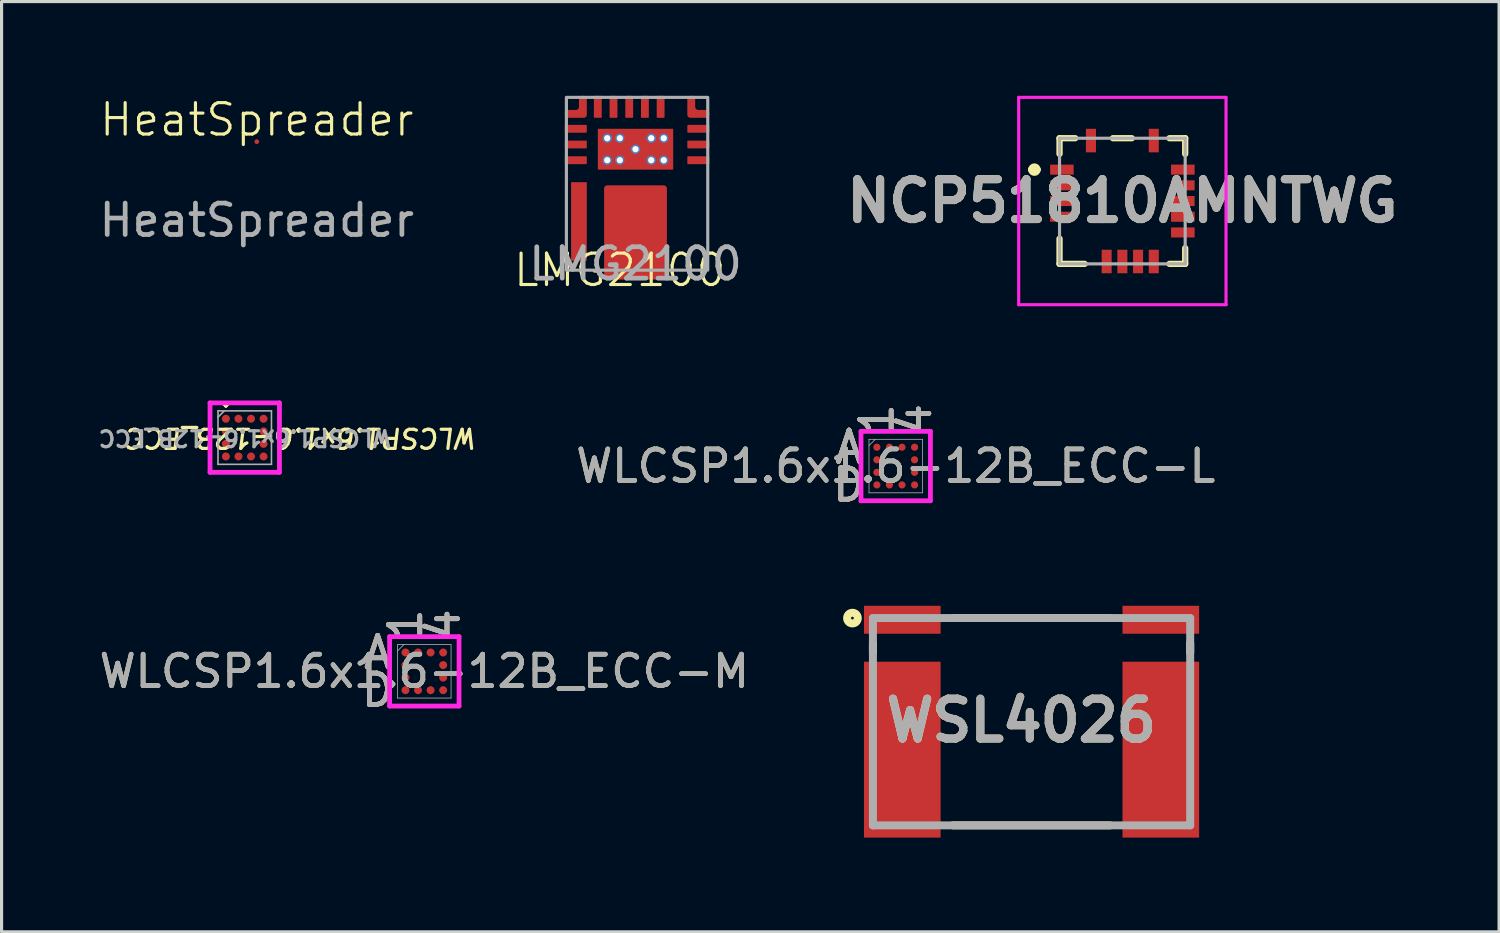
<source format=kicad_pcb>
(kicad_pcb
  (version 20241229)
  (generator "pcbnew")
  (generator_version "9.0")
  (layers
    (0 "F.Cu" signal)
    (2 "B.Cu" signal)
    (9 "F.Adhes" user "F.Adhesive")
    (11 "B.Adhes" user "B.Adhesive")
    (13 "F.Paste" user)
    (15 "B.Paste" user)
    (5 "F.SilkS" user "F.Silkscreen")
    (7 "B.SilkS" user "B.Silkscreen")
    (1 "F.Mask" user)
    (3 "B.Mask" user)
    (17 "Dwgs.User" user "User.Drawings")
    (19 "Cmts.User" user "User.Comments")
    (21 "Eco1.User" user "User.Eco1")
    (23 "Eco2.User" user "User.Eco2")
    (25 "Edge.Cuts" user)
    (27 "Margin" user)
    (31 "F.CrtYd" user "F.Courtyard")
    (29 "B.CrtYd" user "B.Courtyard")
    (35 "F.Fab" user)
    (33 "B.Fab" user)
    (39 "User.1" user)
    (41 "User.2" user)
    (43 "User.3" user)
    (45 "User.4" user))
  (footprint "LMG2100"
    (layer "F.Cu")
    (at 17.181 2.85)
    (property "Reference" "LMG2100" (at -0.5 2.7 0) (unlocked yes) (layer "F.SilkS") (effects (font (size 1 1) (thickness 0.1))))
    (attr smd)
    (fp_rect (start -2.05 -0.1) (end -1.55 2.4) (stroke (width 0) (type solid)) (fill yes) (layer "F.Cu"))
    (fp_poly (pts (xy -1.2 -1.8) (xy -1.2 -0.5) (xy 1.2 -0.5) (xy 1.2 -1.8)) (stroke (width 0) (type solid)) (fill yes) (layer "F.Cu"))
    (fp_poly (pts (arc (start -2.25 -2.249999) (mid -2.220711 -2.179289) (end -2.150001 -2.15)) (arc (start -1.65 -2.15) (mid -1.579289 -2.179289) (end -1.55 -2.25)) (arc (start -1.55 -2.750001) (mid -1.579289 -2.820711) (end -1.649999 -2.85)) (arc (start -1.700001 -2.85) (mid -1.770711 -2.820711) (end -1.8 -2.750001)) (arc (start -1.8 -2.5) (mid -1.829289 -2.429289) (end -1.9 -2.4)) (arc (start -2.150001 -2.4) (mid -2.220711 -2.370711) (end -2.25 -2.300001))) (stroke (width 0) (type solid)) (fill yes) (layer "F.Cu"))
    (fp_poly (pts (arc (start 1.749999 -2.85) (mid 1.679289 -2.820711) (end 1.65 -2.750001)) (arc (start 1.65 -2.25) (mid 1.679289 -2.179289) (end 1.75 -2.15)) (arc (start 2.250001 -2.15) (mid 2.320711 -2.179289) (end 2.35 -2.249999)) (arc (start 2.35 -2.300001) (mid 2.320711 -2.370711) (end 2.250001 -2.4)) (arc (start 2 -2.4) (mid 1.929289 -2.429289) (end 1.9 -2.5)) (arc (start 1.9 -2.750001) (mid 1.870711 -2.820711) (end 1.800001 -2.85))) (stroke (width 0) (type solid)) (fill yes) (layer "F.Cu"))
    (fp_rect (start -2.2 -2.8) (end 2.3 2.7) (stroke (width 0.1) (type default)) (fill no) (layer "F.Fab"))
    (fp_text user "${REFERENCE}" (at 0 2.5 0) (unlocked yes) (layer "F.Fab") (effects (font (size 1 1) (thickness 0.15))))
    (pad "1" smd roundrect (at -1.9 -1.8 270) (size 0.25 0.7) (layers "F.Cu" "F.Mask" "F.Paste") (roundrect_rratio 0.1))
    (pad "1" smd roundrect (at -1.9 -1.3 270) (size 0.25 0.7) (layers "F.Cu" "F.Mask" "F.Paste") (roundrect_rratio 0.1))
    (pad "1" smd roundrect (at -1.9 -0.8 270) (size 0.25 0.7) (layers "F.Cu" "F.Mask" "F.Paste") (roundrect_rratio 0.1))
    (pad "1" smd roundrect (at -1.2 -2.5 180) (size 0.25 0.7) (layers "F.Cu" "F.Mask" "F.Paste") (roundrect_rratio 0.1))
    (pad "1" smd roundrect (at -0.2 -2.5 180) (size 0.25 0.7) (layers "F.Cu" "F.Mask" "F.Paste") (roundrect_rratio 0.1))
    (pad "1" smd roundrect (at 0.3 -2.5 180) (size 0.25 0.7) (layers "F.Cu" "F.Mask" "F.Paste") (roundrect_rratio 0.1))
    (pad "1" smd roundrect (at 0.8 -2.5 180) (size 0.25 0.7) (layers "F.Cu" "F.Mask" "F.Paste") (roundrect_rratio 0.1))
    (pad "1" smd roundrect (at 2 -1.8 270) (size 0.25 0.7) (layers "F.Cu" "F.Mask" "F.Paste") (roundrect_rratio 0.1))
    (pad "1" smd roundrect (at 2 -1.3 270) (size 0.25 0.7) (layers "F.Cu" "F.Mask" "F.Paste") (roundrect_rratio 0.1))
    (pad "1" smd roundrect (at 2 -0.8 270) (size 0.25 0.7) (layers "F.Cu" "F.Mask" "F.Paste") (roundrect_rratio 0.1))
    (pad "2" smd roundrect (at -0.7 -2.5) (size 0.25 0.7) (layers "F.Cu" "F.Mask" "F.Paste") (roundrect_rratio 0.1))
    (pad "3" smd roundrect (at 0 1.5) (size 2 3) (layers "F.Cu" "F.Mask" "F.Paste") (roundrect_rratio 0.05))
    (pad "4" thru_hole circle (at -0.9 -1.5 270) (size 0.3 0.3) (drill 0.2) (layers "*.Cu" "*.Mask"))
    (pad "4" thru_hole circle (at -0.9 -0.8 270) (size 0.3 0.3) (drill 0.2) (layers "*.Cu" "*.Mask"))
    (pad "4" thru_hole circle (at -0.5 -1.5 270) (size 0.3 0.3) (drill 0.2) (layers "*.Cu" "*.Mask"))
    (pad "4" thru_hole circle (at -0.5 -0.8 270) (size 0.3 0.3) (drill 0.2) (layers "*.Cu" "*.Mask"))
    (pad "4" thru_hole circle (at 0 -1.15 270) (size 0.3 0.3) (drill 0.2) (layers "*.Cu" "*.Mask"))
    (pad "4" thru_hole circle (at 0.5 -1.5 270) (size 0.3 0.3) (drill 0.2) (layers "*.Cu" "*.Mask"))
    (pad "4" thru_hole circle (at 0.5 -0.8 270) (size 0.3 0.3) (drill 0.2) (layers "*.Cu" "*.Mask"))
    (pad "4" thru_hole circle (at 0.9 -1.5 270) (size 0.3 0.3) (drill 0.2) (layers "*.Cu" "*.Mask"))
    (pad "4" thru_hole circle (at 0.9 -0.8 270) (size 0.3 0.3) (drill 0.2) (layers "*.Cu" "*.Mask")))
  (footprint "WSL4026"
    (layer "F.Cu")
    (at 29.789 19.925)
    (property "Reference" "WSL4026" (at -0.329 -0.038 0) (layer "F.SilkS") (effects (font (size 1.27 1.27) (thickness 0.254))))
    (attr smd)
    (fp_line (start -5.05 -2.5) (end -5.05 -2.2) (stroke (width 0.254) (type solid)) (layer "F.SilkS"))
    (fp_line (start -2.5 -3.3) (end 2.5 -3.3) (stroke (width 0.254) (type solid)) (layer "F.SilkS"))
    (fp_line (start -2.5 3.3) (end 2.5 3.3) (stroke (width 0.254) (type solid)) (layer "F.SilkS"))
    (fp_line (start 5.05 -2.5) (end 5.05 -2.2) (stroke (width 0.254) (type solid)) (layer "F.SilkS"))
    (fp_circle (center -5.702 -3.298) (end -5.702 -3.255) (stroke (width 0.254) (type solid)) (fill no) (layer "F.SilkS"))
    (fp_line (start -5.05 -3.3) (end 5.05 -3.3) (stroke (width 0.254) (type solid)) (layer "F.Fab"))
    (fp_line (start -5.05 3.3) (end -5.05 -3.3) (stroke (width 0.254) (type solid)) (layer "F.Fab"))
    (fp_line (start 5.05 -3.3) (end 5.05 3.3) (stroke (width 0.254) (type solid)) (layer "F.Fab"))
    (fp_line (start 5.05 3.3) (end -5.05 3.3) (stroke (width 0.254) (type solid)) (layer "F.Fab"))
    (fp_text user "${REFERENCE}" (at -0.329 -0.038 0) (layer "F.Fab") (effects (font (size 1.27 1.27) (thickness 0.254))))
    (pad "1" smd rect (at -4.115 -3.245 90) (size 0.89 2.44) (layers "F.Cu" "F.Mask" "F.Paste"))
    (pad "2" smd rect (at -4.115 0.89) (size 2.44 5.6) (layers "F.Cu" "F.Mask" "F.Paste"))
    (pad "3" smd rect (at 4.115 -3.245 90) (size 0.89 2.44) (layers "F.Cu" "F.Mask" "F.Paste"))
    (pad "4" smd rect (at 4.115 0.89) (size 2.44 5.6) (layers "F.Cu" "F.Mask" "F.Paste")))
  (footprint "NCP51810AMNTWG"
    (layer "F.Cu")
    (at 32.68 3.35)
    (property "Reference" "NCP51810AMNTWG" (at 0 0 0) (layer "F.SilkS") (effects (font (size 1.27 1.27) (thickness 0.254))))
    (attr smd)
    (fp_line (start -2.9 -1) (end -2.9 -1) (stroke (width 0.2) (type solid)) (layer "F.SilkS"))
    (fp_line (start -2.7 -1) (end -2.7 -1) (stroke (width 0.2) (type solid)) (layer "F.SilkS"))
    (fp_line (start -2 -2) (end -2 -1.5) (stroke (width 0.2) (type solid)) (layer "F.SilkS"))
    (fp_line (start -2 1.2) (end -2 2) (stroke (width 0.2) (type solid)) (layer "F.SilkS"))
    (fp_line (start -2 2) (end -1.2 2) (stroke (width 0.2) (type solid)) (layer "F.SilkS"))
    (fp_line (start -1.5 -2) (end -2 -2) (stroke (width 0.2) (type solid)) (layer "F.SilkS"))
    (fp_line (start -0.3 -2) (end 0.3 -2) (stroke (width 0.2) (type solid)) (layer "F.SilkS"))
    (fp_line (start 1.5 2) (end 2 2) (stroke (width 0.2) (type solid)) (layer "F.SilkS"))
    (fp_line (start 2 -2) (end 1.5 -2) (stroke (width 0.2) (type solid)) (layer "F.SilkS"))
    (fp_line (start 2 -1.5) (end 2 -2) (stroke (width 0.2) (type solid)) (layer "F.SilkS"))
    (fp_line (start 2 2) (end 2 1.5) (stroke (width 0.2) (type solid)) (layer "F.SilkS"))
    (fp_arc (start -2.9 -1) (mid -2.8 -1.1) (end -2.7 -1) (stroke (width 0.2) (type solid)) (layer "F.SilkS"))
    (fp_arc (start -2.7 -1) (mid -2.8 -0.9) (end -2.9 -1) (stroke (width 0.2) (type solid)) (layer "F.SilkS"))
    (fp_line (start -3.3 -3.3) (end 3.3 -3.3) (stroke (width 0.1) (type solid)) (layer "F.CrtYd"))
    (fp_line (start -3.3 3.3) (end -3.3 -3.3) (stroke (width 0.1) (type solid)) (layer "F.CrtYd"))
    (fp_line (start 3.3 -3.3) (end 3.3 3.3) (stroke (width 0.1) (type solid)) (layer "F.CrtYd"))
    (fp_line (start 3.3 3.3) (end -3.3 3.3) (stroke (width 0.1) (type solid)) (layer "F.CrtYd"))
    (fp_line (start -2 -2) (end 2 -2) (stroke (width 0.1) (type solid)) (layer "F.Fab"))
    (fp_line (start -2 2) (end -2 -2) (stroke (width 0.1) (type solid)) (layer "F.Fab"))
    (fp_line (start 2 -2) (end 2 2) (stroke (width 0.1) (type solid)) (layer "F.Fab"))
    (fp_line (start 2 2) (end -2 2) (stroke (width 0.1) (type solid)) (layer "F.Fab"))
    (fp_text user "${REFERENCE}" (at 0 0 0) (layer "F.Fab") (effects (font (size 1.27 1.27) (thickness 0.254))))
    (pad "1" smd rect (at -1.925 -1 90) (size 0.32 0.75) (layers "F.Cu" "F.Mask" "F.Paste"))
    (pad "2" smd rect (at -1.925 -0.5 90) (size 0.32 0.75) (layers "F.Cu" "F.Mask" "F.Paste"))
    (pad "3" smd rect (at -1.925 0 90) (size 0.32 0.75) (layers "F.Cu" "F.Mask" "F.Paste"))
    (pad "4" smd rect (at -1.925 0.5 90) (size 0.32 0.75) (layers "F.Cu" "F.Mask" "F.Paste"))
    (pad "5" smd rect (at -0.5 1.925) (size 0.32 0.75) (layers "F.Cu" "F.Mask" "F.Paste"))
    (pad "6" smd rect (at 0 1.925) (size 0.32 0.75) (layers "F.Cu" "F.Mask" "F.Paste"))
    (pad "7" smd rect (at 0.5 1.925) (size 0.32 0.75) (layers "F.Cu" "F.Mask" "F.Paste"))
    (pad "8" smd rect (at 1 1.925) (size 0.32 0.75) (layers "F.Cu" "F.Mask" "F.Paste"))
    (pad "9" smd rect (at 1.925 1 90) (size 0.32 0.75) (layers "F.Cu" "F.Mask" "F.Paste"))
    (pad "10" smd rect (at 1.925 0.5 90) (size 0.32 0.75) (layers "F.Cu" "F.Mask" "F.Paste"))
    (pad "11" smd rect (at 1.925 0 90) (size 0.32 0.75) (layers "F.Cu" "F.Mask" "F.Paste"))
    (pad "12" smd rect (at 1.925 -0.5 90) (size 0.32 0.75) (layers "F.Cu" "F.Mask" "F.Paste"))
    (pad "13" smd rect (at 1.925 -1 90) (size 0.32 0.75) (layers "F.Cu" "F.Mask" "F.Paste"))
    (pad "14" smd rect (at 1 -1.925) (size 0.32 0.75) (layers "F.Cu" "F.Mask" "F.Paste"))
    (pad "15" smd rect (at -1 -1.925) (size 0.32 0.75) (layers "F.Cu" "F.Mask" "F.Paste")))
  (footprint "WLCSP1.6x1.6-12B_ECC-L"
    (layer "F.Cu")
    (at 25.465 11.787)
    (property "Reference" "WLCSP1.6x1.6-12B_ECC-L" (at 0 0 0) (unlocked yes) (layer "F.SilkS") (effects (font (size 1 1) (thickness 0.15))))
    (attr smd)
    (fp_poly (pts (xy -1.244 -1.244) (xy 1.244 -1.244) (xy 1.244 1.244) (xy -1.244 1.244)) (stroke (width 0.1) (type solid)) (fill no) (layer "Eco2.User"))
    (fp_line (start -1.105 -1.105) (end 1.105 -1.105) (stroke (width 0.152) (type solid)) (layer "F.CrtYd"))
    (fp_line (start -1.105 1.105) (end -1.105 -1.105) (stroke (width 0.152) (type solid)) (layer "F.CrtYd"))
    (fp_line (start 1.105 -1.105) (end 1.105 1.105) (stroke (width 0.152) (type solid)) (layer "F.CrtYd"))
    (fp_line (start 1.105 1.105) (end -1.105 1.105) (stroke (width 0.152) (type solid)) (layer "F.CrtYd"))
    (fp_line (start -0.851 -0.851) (end -0.851 0.851) (stroke (width 0.025) (type solid)) (layer "F.Fab"))
    (fp_line (start -0.851 0.851) (end 0.851 0.851) (stroke (width 0.025) (type solid)) (layer "F.Fab"))
    (fp_line (start -0.651 -0.851) (end -0.851 -0.651) (stroke (width 0.025) (type solid)) (layer "F.Fab"))
    (fp_line (start 0.851 -0.851) (end -0.851 -0.851) (stroke (width 0.025) (type solid)) (layer "F.Fab"))
    (fp_line (start 0.851 0.851) (end 0.851 -0.851) (stroke (width 0.025) (type solid)) (layer "F.Fab"))
    (fp_text user "D" (at -1.486 0.6 0) (unlocked yes) (layer "F.SilkS") (effects (font (size 1 1) (thickness 0.15))))
    (fp_text user "4" (at 0.6 -1.486 90) (unlocked yes) (layer "F.SilkS") (effects (font (size 1 1) (thickness 0.15))))
    (fp_text user "A" (at -1.486 -0.6 0) (unlocked yes) (layer "F.SilkS") (effects (font (size 1 1) (thickness 0.15))))
    (fp_text user "1" (at -0.6 -1.486 90) (unlocked yes) (layer "F.SilkS") (effects (font (size 1 1) (thickness 0.15))))
    (fp_text user "4" (at 0.6 -1.486 90) (unlocked yes) (layer "B.SilkS") (effects (font (size 1 1) (thickness 0.15))))
    (fp_text user "D" (at -1.486 0.6 0) (unlocked yes) (layer "B.SilkS") (effects (font (size 1 1) (thickness 0.15))))
    (fp_text user "A" (at -1.486 -0.6 0) (unlocked yes) (layer "B.SilkS") (effects (font (size 1 1) (thickness 0.15))))
    (fp_text user "1" (at -0.6 -1.486 90) (unlocked yes) (layer "B.SilkS") (effects (font (size 1 1) (thickness 0.15))))
    (fp_text user "${REFERENCE}" (at 0 0 0) (unlocked yes) (layer "F.Fab") (effects (font (size 1 1) (thickness 0.15))))
    (fp_text user "A" (at -1.486 -0.6 0) (unlocked yes) (layer "F.Fab") (effects (font (size 1 1) (thickness 0.15))))
    (fp_text user "4" (at 0.6 -1.486 90) (unlocked yes) (layer "F.Fab") (effects (font (size 1 1) (thickness 0.15))))
    (fp_text user "D" (at -1.486 0.6 0) (unlocked yes) (layer "F.Fab") (effects (font (size 1 1) (thickness 0.15))))
    (fp_text user "1" (at -0.6 -1.486 90) (unlocked yes) (layer "F.Fab") (effects (font (size 1 1) (thickness 0.15))))
    (pad "A1" smd circle (at -0.6 -0.6) (size 0.229 0.229) (layers "F.Cu" "F.Mask" "F.Paste"))
    (pad "A2" smd circle (at -0.2 -0.6) (size 0.229 0.229) (layers "F.Cu" "F.Mask" "F.Paste"))
    (pad "A3" smd circle (at 0.2 -0.6) (size 0.229 0.229) (layers "F.Cu" "F.Mask" "F.Paste"))
    (pad "A4" smd circle (at 0.6 -0.6) (size 0.229 0.229) (layers "F.Cu" "F.Mask" "F.Paste"))
    (pad "B1" smd circle (at -0.6 -0.2) (size 0.229 0.229) (layers "F.Cu" "F.Mask" "F.Paste"))
    (pad "B4" smd circle (at 0.6 -0.2) (size 0.229 0.229) (layers "F.Cu" "F.Mask" "F.Paste"))
    (pad "C1" smd circle (at -0.6 0.2) (size 0.229 0.229) (layers "F.Cu" "F.Mask" "F.Paste"))
    (pad "C4" smd circle (at 0.6 0.2) (size 0.229 0.229) (layers "F.Cu" "F.Mask" "F.Paste"))
    (pad "D1" smd circle (at -0.6 0.6) (size 0.229 0.229) (layers "F.Cu" "F.Mask" "F.Paste"))
    (pad "D2" smd circle (at -0.2 0.6) (size 0.229 0.229) (layers "F.Cu" "F.Mask" "F.Paste"))
    (pad "D3" smd circle (at 0.2 0.6) (size 0.229 0.229) (layers "F.Cu" "F.Mask" "F.Paste"))
    (pad "D4" smd circle (at 0.6 0.6) (size 0.229 0.229) (layers "F.Cu" "F.Mask" "F.Paste")))
  (footprint "HeatSpreader"
    (layer "F.Cu")
    (at 5.125 1.46)
    (property "Reference" "HeatSpreader" (at 0 -0.7 0) (unlocked yes) (layer "F.SilkS") (effects (font (size 1 1) (thickness 0.1))))
    (fp_text user "${REFERENCE}" (at 0 2.5 0) (unlocked yes) (layer "F.Fab") (effects (font (size 1 1) (thickness 0.15))))
    (pad "1" smd circle (at 0 0) (size 0.15 0.15) (layers "F.Cu" "F.Mask" "F.Paste")))
  (footprint "WLCSP1.6x1.6-12B_ECC-M"
    (layer "F.Cu")
    (at 10.458 18.322)
    (property "Reference" "WLCSP1.6x1.6-12B_ECC-M" (at 0 0 0) (unlocked yes) (layer "F.SilkS") (effects (font (size 1 1) (thickness 0.15))))
    (attr smd)
    (fp_poly (pts (xy -1.244 -1.244) (xy 1.244 -1.244) (xy 1.244 1.244) (xy -1.244 1.244)) (stroke (width 0.1) (type solid)) (fill no) (layer "Eco2.User"))
    (fp_line (start -1.105 -1.105) (end 1.105 -1.105) (stroke (width 0.152) (type solid)) (layer "F.CrtYd"))
    (fp_line (start -1.105 1.105) (end -1.105 -1.105) (stroke (width 0.152) (type solid)) (layer "F.CrtYd"))
    (fp_line (start 1.105 -1.105) (end 1.105 1.105) (stroke (width 0.152) (type solid)) (layer "F.CrtYd"))
    (fp_line (start 1.105 1.105) (end -1.105 1.105) (stroke (width 0.152) (type solid)) (layer "F.CrtYd"))
    (fp_line (start -0.851 -0.851) (end -0.851 0.851) (stroke (width 0.025) (type solid)) (layer "F.Fab"))
    (fp_line (start -0.851 0.851) (end 0.851 0.851) (stroke (width 0.025) (type solid)) (layer "F.Fab"))
    (fp_line (start -0.651 -0.851) (end -0.851 -0.651) (stroke (width 0.025) (type solid)) (layer "F.Fab"))
    (fp_line (start 0.851 -0.851) (end -0.851 -0.851) (stroke (width 0.025) (type solid)) (layer "F.Fab"))
    (fp_line (start 0.851 0.851) (end 0.851 -0.851) (stroke (width 0.025) (type solid)) (layer "F.Fab"))
    (fp_text user "A" (at -1.486 -0.6 0) (unlocked yes) (layer "F.SilkS") (effects (font (size 1 1) (thickness 0.15))))
    (fp_text user "4" (at 0.6 -1.486 90) (unlocked yes) (layer "F.SilkS") (effects (font (size 1 1) (thickness 0.15))))
    (fp_text user "1" (at -0.6 -1.486 90) (unlocked yes) (layer "F.SilkS") (effects (font (size 1 1) (thickness 0.15))))
    (fp_text user "D" (at -1.486 0.6 0) (unlocked yes) (layer "F.SilkS") (effects (font (size 1 1) (thickness 0.15))))
    (fp_text user "1" (at -0.6 -1.486 90) (unlocked yes) (layer "B.SilkS") (effects (font (size 1 1) (thickness 0.15))))
    (fp_text user "D" (at -1.486 0.6 0) (unlocked yes) (layer "B.SilkS") (effects (font (size 1 1) (thickness 0.15))))
    (fp_text user "4" (at 0.6 -1.486 90) (unlocked yes) (layer "B.SilkS") (effects (font (size 1 1) (thickness 0.15))))
    (fp_text user "A" (at -1.486 -0.6 0) (unlocked yes) (layer "B.SilkS") (effects (font (size 1 1) (thickness 0.15))))
    (fp_text user "${REFERENCE}" (at 0 0 0) (unlocked yes) (layer "F.Fab") (effects (font (size 1 1) (thickness 0.15))))
    (fp_text user "A" (at -1.486 -0.6 0) (unlocked yes) (layer "F.Fab") (effects (font (size 1 1) (thickness 0.15))))
    (fp_text user "4" (at 0.6 -1.486 90) (unlocked yes) (layer "F.Fab") (effects (font (size 1 1) (thickness 0.15))))
    (fp_text user "D" (at -1.486 0.6 0) (unlocked yes) (layer "F.Fab") (effects (font (size 1 1) (thickness 0.15))))
    (fp_text user "1" (at -0.6 -1.486 90) (unlocked yes) (layer "F.Fab") (effects (font (size 1 1) (thickness 0.15))))
    (pad "A1" smd circle (at -0.6 -0.6) (size 0.254 0.254) (layers "F.Cu" "F.Mask" "F.Paste"))
    (pad "A2" smd circle (at -0.2 -0.6) (size 0.254 0.254) (layers "F.Cu" "F.Mask" "F.Paste"))
    (pad "A3" smd circle (at 0.2 -0.6) (size 0.254 0.254) (layers "F.Cu" "F.Mask" "F.Paste"))
    (pad "A4" smd circle (at 0.6 -0.6) (size 0.254 0.254) (layers "F.Cu" "F.Mask" "F.Paste"))
    (pad "B1" smd circle (at -0.6 -0.2) (size 0.254 0.254) (layers "F.Cu" "F.Mask" "F.Paste"))
    (pad "B4" smd circle (at 0.6 -0.2) (size 0.254 0.254) (layers "F.Cu" "F.Mask" "F.Paste"))
    (pad "C1" smd circle (at -0.6 0.2) (size 0.254 0.254) (layers "F.Cu" "F.Mask" "F.Paste"))
    (pad "C4" smd circle (at 0.6 0.2) (size 0.254 0.254) (layers "F.Cu" "F.Mask" "F.Paste"))
    (pad "D1" smd circle (at -0.6 0.6) (size 0.254 0.254) (layers "F.Cu" "F.Mask" "F.Paste"))
    (pad "D2" smd circle (at -0.2 0.6) (size 0.254 0.254) (layers "F.Cu" "F.Mask" "F.Paste"))
    (pad "D3" smd circle (at 0.2 0.6) (size 0.254 0.254) (layers "F.Cu" "F.Mask" "F.Paste"))
    (pad "D4" smd circle (at 0.6 0.6) (size 0.254 0.254) (layers "F.Cu" "F.Mask" "F.Paste")))
  (footprint "WLCSP1.6x1.6-12B_ECC"
    (layer "F.Cu")
    (at 4.741 10.881)
    (property "Reference" "WLCSP1.6x1.6-12B_ECC" (at 1.805 0.011 180) (unlocked yes) (layer "F.SilkS") (effects (font (size 0.61 0.61) (thickness 0.102) (italic yes))))
    (attr smd)
    (fp_line (start -0.7 -1.1) (end -0.6 -1.1) (stroke (width 0.1) (type default)) (layer "F.SilkS"))
    (fp_line (start -0.6 -1.1) (end -0.5 -1.1) (stroke (width 0.1) (type default)) (layer "F.SilkS"))
    (fp_line (start -0.6 -1) (end -0.7 -1.1) (stroke (width 0.1) (type default)) (layer "F.SilkS"))
    (fp_line (start -0.5 -1.1) (end -0.6 -1) (stroke (width 0.1) (type default)) (layer "F.SilkS"))
    (fp_line (start -1.105 -1.105) (end 1.105 -1.105) (stroke (width 0.152) (type solid)) (layer "F.CrtYd"))
    (fp_line (start -1.105 1.105) (end -1.105 -1.105) (stroke (width 0.152) (type solid)) (layer "F.CrtYd"))
    (fp_line (start 1.105 -1.105) (end 1.105 1.105) (stroke (width 0.152) (type solid)) (layer "F.CrtYd"))
    (fp_line (start 1.105 1.105) (end -1.105 1.105) (stroke (width 0.152) (type solid)) (layer "F.CrtYd"))
    (fp_line (start -0.851 -0.851) (end -0.851 0.851) (stroke (width 0.051) (type solid)) (layer "F.Fab"))
    (fp_line (start -0.851 0.851) (end 0.851 0.851) (stroke (width 0.051) (type solid)) (layer "F.Fab"))
    (fp_line (start -0.651 -0.851) (end -0.851 -0.651) (stroke (width 0.051) (type solid)) (layer "F.Fab"))
    (fp_line (start 0.851 -0.851) (end -0.851 -0.851) (stroke (width 0.051) (type solid)) (layer "F.Fab"))
    (fp_line (start 0.851 0.851) (end 0.851 -0.851) (stroke (width 0.051) (type solid)) (layer "F.Fab"))
    (fp_text user "${REFERENCE}" (at 0.005 0.011 180) (unlocked yes) (layer "F.Fab") (effects (font (size 0.508 0.508) (thickness 0.102))))
    (pad "A1" smd circle (at -0.6 -0.6) (size 0.254 0.254) (layers "F.Cu" "F.Mask" "F.Paste"))
    (pad "A2" smd circle (at -0.2 -0.6) (size 0.254 0.254) (layers "F.Cu" "F.Mask" "F.Paste"))
    (pad "A3" smd circle (at 0.2 -0.6) (size 0.254 0.254) (layers "F.Cu" "F.Mask" "F.Paste"))
    (pad "A4" smd circle (at 0.6 -0.6) (size 0.254 0.254) (layers "F.Cu" "F.Mask" "F.Paste"))
    (pad "B1" smd circle (at -0.6 -0.2) (size 0.254 0.254) (layers "F.Cu" "F.Mask" "F.Paste"))
    (pad "B4" smd circle (at 0.6 -0.2) (size 0.254 0.254) (layers "F.Cu" "F.Mask" "F.Paste"))
    (pad "C1" smd circle (at -0.6 0.2) (size 0.254 0.254) (layers "F.Cu" "F.Mask" "F.Paste"))
    (pad "C4" smd circle (at 0.6 0.2) (size 0.254 0.254) (layers "F.Cu" "F.Mask" "F.Paste"))
    (pad "D1" smd circle (at -0.6 0.6) (size 0.254 0.254) (layers "F.Cu" "F.Mask" "F.Paste"))
    (pad "D2" smd circle (at -0.2 0.6) (size 0.254 0.254) (layers "F.Cu" "F.Mask" "F.Paste"))
    (pad "D3" smd circle (at 0.2 0.6) (size 0.254 0.254) (layers "F.Cu" "F.Mask" "F.Paste"))
    (pad "D4" smd circle (at 0.6 0.6) (size 0.254 0.254) (layers "F.Cu" "F.Mask" "F.Paste")))
  (gr_rect
    (start -3 -3)
    (end 44.673 26.615)
    (stroke (width 0.1) (type default))
    (fill no)
    (layer "Edge.Cuts")))
</source>
